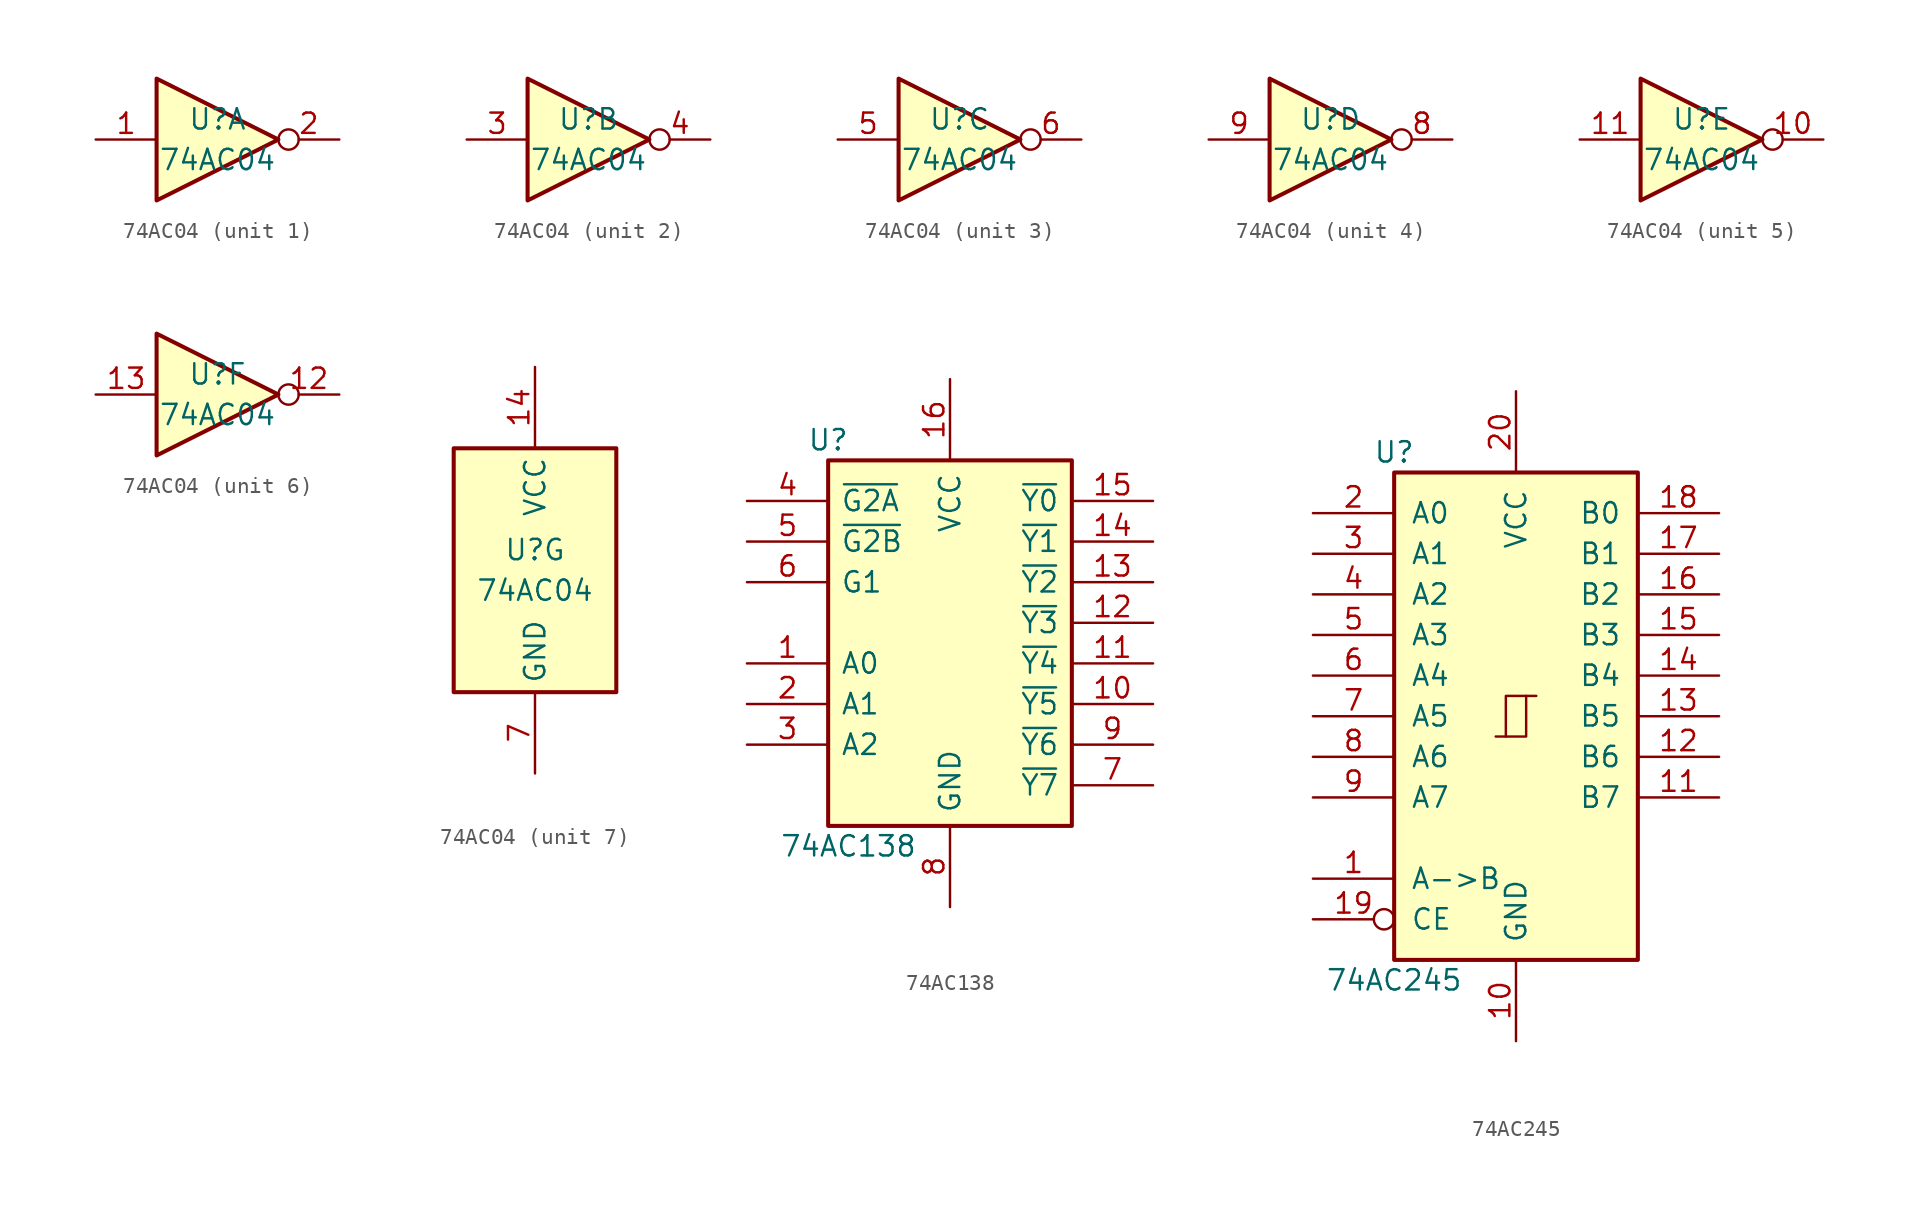
<source format=kicad_sym>
(kicad_symbol_lib
  (version 20211014)
  (generator kicad_symbol_editor)
  (symbol "74AC04"
    (property "Reference" "U"
      (at 0 1.27 0)
      (effects (font (size 1.27 1.27))))
    (property "Value" "74AC04"
      (at 0 -1.27 0)
      (effects (font (size 1.27 1.27))))
    (property "ki_locked" ""
      (at 0 0 0)
      (effects (font (size 1.27 1.27))))
    (symbol "74AC04_1_0"
      (polyline (pts (xy -3.81 3.81) (xy -3.81 -3.81) (xy 3.81 0) (xy -3.81 3.81)) (stroke (width 0.254) (type default) (color 0 0 0 0)) (fill (type background)))
      (pin input line (at -7.62 0 0) (length 3.81) (name "~" (effects (font (size 1.27 1.27)))) (number "1" (effects (font (size 1.27 1.27)))))
      (pin output inverted (at 7.62 0 180) (length 3.81) (name "~" (effects (font (size 1.27 1.27)))) (number "2" (effects (font (size 1.27 1.27))))))
    (symbol "74AC04_2_0"
      (polyline (pts (xy -3.81 3.81) (xy -3.81 -3.81) (xy 3.81 0) (xy -3.81 3.81)) (stroke (width 0.254) (type default) (color 0 0 0 0)) (fill (type background)))
      (pin input line (at -7.62 0 0) (length 3.81) (name "~" (effects (font (size 1.27 1.27)))) (number "3" (effects (font (size 1.27 1.27)))))
      (pin output inverted (at 7.62 0 180) (length 3.81) (name "~" (effects (font (size 1.27 1.27)))) (number "4" (effects (font (size 1.27 1.27))))))
    (symbol "74AC04_3_0"
      (polyline (pts (xy -3.81 3.81) (xy -3.81 -3.81) (xy 3.81 0) (xy -3.81 3.81)) (stroke (width 0.254) (type default) (color 0 0 0 0)) (fill (type background)))
      (pin input line (at -7.62 0 0) (length 3.81) (name "~" (effects (font (size 1.27 1.27)))) (number "5" (effects (font (size 1.27 1.27)))))
      (pin output inverted (at 7.62 0 180) (length 3.81) (name "~" (effects (font (size 1.27 1.27)))) (number "6" (effects (font (size 1.27 1.27))))))
    (symbol "74AC04_4_0"
      (polyline (pts (xy -3.81 3.81) (xy -3.81 -3.81) (xy 3.81 0) (xy -3.81 3.81)) (stroke (width 0.254) (type default) (color 0 0 0 0)) (fill (type background)))
      (pin output inverted (at 7.62 0 180) (length 3.81) (name "~" (effects (font (size 1.27 1.27)))) (number "8" (effects (font (size 1.27 1.27)))))
      (pin input line (at -7.62 0 0) (length 3.81) (name "~" (effects (font (size 1.27 1.27)))) (number "9" (effects (font (size 1.27 1.27))))))
    (symbol "74AC04_5_0"
      (polyline (pts (xy -3.81 3.81) (xy -3.81 -3.81) (xy 3.81 0) (xy -3.81 3.81)) (stroke (width 0.254) (type default) (color 0 0 0 0)) (fill (type background)))
      (pin output inverted (at 7.62 0 180) (length 3.81) (name "~" (effects (font (size 1.27 1.27)))) (number "10" (effects (font (size 1.27 1.27)))))
      (pin input line (at -7.62 0 0) (length 3.81) (name "~" (effects (font (size 1.27 1.27)))) (number "11" (effects (font (size 1.27 1.27))))))
    (symbol "74AC04_6_0"
      (polyline (pts (xy -3.81 3.81) (xy -3.81 -3.81) (xy 3.81 0) (xy -3.81 3.81)) (stroke (width 0.254) (type default) (color 0 0 0 0)) (fill (type background)))
      (pin output inverted (at 7.62 0 180) (length 3.81) (name "~" (effects (font (size 1.27 1.27)))) (number "12" (effects (font (size 1.27 1.27)))))
      (pin input line (at -7.62 0 0) (length 3.81) (name "~" (effects (font (size 1.27 1.27)))) (number "13" (effects (font (size 1.27 1.27))))))
    (symbol "74AC04_7_0"
      (pin power_in line (at 0 12.7 270) (length 5.08) (name "VCC" (effects (font (size 1.27 1.27)))) (number "14" (effects (font (size 1.27 1.27)))))
      (pin power_in line (at 0 -12.7 90) (length 5.08) (name "GND" (effects (font (size 1.27 1.27)))) (number "7" (effects (font (size 1.27 1.27))))))
    (symbol "74AC04_7_1"
      (rectangle (start -5.08 7.62) (end 5.08 -7.62) (stroke (width 0.254) (type default) (color 0 0 0 0)) (fill (type background)))))
  (symbol "74AC138"
    (pin_names
      (offset 0.762))
    (property "Reference" "U"
      (at -7.62 11.43 0)
      (effects (font (size 1.27 1.27))))
    (property "Value" "74AC138"
      (at -6.35 -13.97 0)
      (effects (font (size 1.27 1.27))))
    (symbol "74AC138_0_0"
      (pin power_in line (at 0 15.24 270) (length 5.08) (name "VCC" (effects (font (size 1.27 1.27)))) (number "16" (effects (font (size 1.27 1.27)))))
      (pin power_in line (at 0 -17.78 90) (length 5.08) (name "GND" (effects (font (size 1.27 1.27)))) (number "8" (effects (font (size 1.27 1.27))))))
    (symbol "74AC138_1_1"
      (rectangle (start -7.62 10.16) (end 7.62 -12.7) (stroke (width 0.254) (type default) (color 0 0 0 0)) (fill (type background)))
      (pin input line (at -12.7 -2.54 0) (length 5.08) (name "A0" (effects (font (size 1.27 1.27)))) (number "1" (effects (font (size 1.27 1.27)))))
      (pin output line (at 12.7 -5.08 180) (length 5.08) (name "~{Y5}" (effects (font (size 1.27 1.27)))) (number "10" (effects (font (size 1.27 1.27)))))
      (pin output line (at 12.7 -2.54 180) (length 5.08) (name "~{Y4}" (effects (font (size 1.27 1.27)))) (number "11" (effects (font (size 1.27 1.27)))))
      (pin output line (at 12.7 0 180) (length 5.08) (name "~{Y3}" (effects (font (size 1.27 1.27)))) (number "12" (effects (font (size 1.27 1.27)))))
      (pin output line (at 12.7 2.54 180) (length 5.08) (name "~{Y2}" (effects (font (size 1.27 1.27)))) (number "13" (effects (font (size 1.27 1.27)))))
      (pin output line (at 12.7 5.08 180) (length 5.08) (name "~{Y1}" (effects (font (size 1.27 1.27)))) (number "14" (effects (font (size 1.27 1.27)))))
      (pin output line (at 12.7 7.62 180) (length 5.08) (name "~{Y0}" (effects (font (size 1.27 1.27)))) (number "15" (effects (font (size 1.27 1.27)))))
      (pin input line (at -12.7 -5.08 0) (length 5.08) (name "A1" (effects (font (size 1.27 1.27)))) (number "2" (effects (font (size 1.27 1.27)))))
      (pin input line (at -12.7 -7.62 0) (length 5.08) (name "A2" (effects (font (size 1.27 1.27)))) (number "3" (effects (font (size 1.27 1.27)))))
      (pin input line (at -12.7 7.62 0) (length 5.08) (name "~{G2A}" (effects (font (size 1.27 1.27)))) (number "4" (effects (font (size 1.27 1.27)))))
      (pin input line (at -12.7 5.08 0) (length 5.08) (name "~{G2B}" (effects (font (size 1.27 1.27)))) (number "5" (effects (font (size 1.27 1.27)))))
      (pin input line (at -12.7 2.54 0) (length 5.08) (name "G1" (effects (font (size 1.27 1.27)))) (number "6" (effects (font (size 1.27 1.27)))))
      (pin output line (at 12.7 -10.16 180) (length 5.08) (name "~{Y7}" (effects (font (size 1.27 1.27)))) (number "7" (effects (font (size 1.27 1.27)))))
      (pin output line (at 12.7 -7.62 180) (length 5.08) (name "~{Y6}" (effects (font (size 1.27 1.27)))) (number "9" (effects (font (size 1.27 1.27)))))))
  (symbol "74AC245"
    (pin_names
      (offset 1.016))
    (property "Reference" "U"
      (at -7.62 16.51 0)
      (effects (font (size 1.27 1.27))))
    (property "Value" "74AC245"
      (at -7.62 -16.51 0)
      (effects (font (size 1.27 1.27))))
    (symbol "74AC245_1_0"
      (polyline (pts (xy -0.635 -1.27) (xy -0.635 1.27) (xy 0.635 1.27)) (stroke (width 0) (type default) (color 0 0 0 0)) (fill (type none)))
      (polyline (pts (xy -1.27 -1.27) (xy 0.635 -1.27) (xy 0.635 1.27) (xy 1.27 1.27)) (stroke (width 0) (type default) (color 0 0 0 0)) (fill (type none)))
      (pin input line (at -12.7 -10.16 0) (length 5.08) (name "A->B" (effects (font (size 1.27 1.27)))) (number "1" (effects (font (size 1.27 1.27)))))
      (pin power_in line (at 0 -20.32 90) (length 5.08) (name "GND" (effects (font (size 1.27 1.27)))) (number "10" (effects (font (size 1.27 1.27)))))
      (pin tri_state line (at 12.7 -5.08 180) (length 5.08) (name "B7" (effects (font (size 1.27 1.27)))) (number "11" (effects (font (size 1.27 1.27)))))
      (pin tri_state line (at 12.7 -2.54 180) (length 5.08) (name "B6" (effects (font (size 1.27 1.27)))) (number "12" (effects (font (size 1.27 1.27)))))
      (pin tri_state line (at 12.7 0 180) (length 5.08) (name "B5" (effects (font (size 1.27 1.27)))) (number "13" (effects (font (size 1.27 1.27)))))
      (pin tri_state line (at 12.7 2.54 180) (length 5.08) (name "B4" (effects (font (size 1.27 1.27)))) (number "14" (effects (font (size 1.27 1.27)))))
      (pin tri_state line (at 12.7 5.08 180) (length 5.08) (name "B3" (effects (font (size 1.27 1.27)))) (number "15" (effects (font (size 1.27 1.27)))))
      (pin tri_state line (at 12.7 7.62 180) (length 5.08) (name "B2" (effects (font (size 1.27 1.27)))) (number "16" (effects (font (size 1.27 1.27)))))
      (pin tri_state line (at 12.7 10.16 180) (length 5.08) (name "B1" (effects (font (size 1.27 1.27)))) (number "17" (effects (font (size 1.27 1.27)))))
      (pin tri_state line (at 12.7 12.7 180) (length 5.08) (name "B0" (effects (font (size 1.27 1.27)))) (number "18" (effects (font (size 1.27 1.27)))))
      (pin input inverted (at -12.7 -12.7 0) (length 5.08) (name "CE" (effects (font (size 1.27 1.27)))) (number "19" (effects (font (size 1.27 1.27)))))
      (pin tri_state line (at -12.7 12.7 0) (length 5.08) (name "A0" (effects (font (size 1.27 1.27)))) (number "2" (effects (font (size 1.27 1.27)))))
      (pin power_in line (at 0 20.32 270) (length 5.08) (name "VCC" (effects (font (size 1.27 1.27)))) (number "20" (effects (font (size 1.27 1.27)))))
      (pin tri_state line (at -12.7 10.16 0) (length 5.08) (name "A1" (effects (font (size 1.27 1.27)))) (number "3" (effects (font (size 1.27 1.27)))))
      (pin tri_state line (at -12.7 7.62 0) (length 5.08) (name "A2" (effects (font (size 1.27 1.27)))) (number "4" (effects (font (size 1.27 1.27)))))
      (pin tri_state line (at -12.7 5.08 0) (length 5.08) (name "A3" (effects (font (size 1.27 1.27)))) (number "5" (effects (font (size 1.27 1.27)))))
      (pin tri_state line (at -12.7 2.54 0) (length 5.08) (name "A4" (effects (font (size 1.27 1.27)))) (number "6" (effects (font (size 1.27 1.27)))))
      (pin tri_state line (at -12.7 0 0) (length 5.08) (name "A5" (effects (font (size 1.27 1.27)))) (number "7" (effects (font (size 1.27 1.27)))))
      (pin tri_state line (at -12.7 -2.54 0) (length 5.08) (name "A6" (effects (font (size 1.27 1.27)))) (number "8" (effects (font (size 1.27 1.27)))))
      (pin tri_state line (at -12.7 -5.08 0) (length 5.08) (name "A7" (effects (font (size 1.27 1.27)))) (number "9" (effects (font (size 1.27 1.27))))))
    (symbol "74AC245_1_1"
      (rectangle (start -7.62 15.24) (end 7.62 -15.24) (stroke (width 0.254) (type default) (color 0 0 0 0)) (fill (type background))))))
</source>
